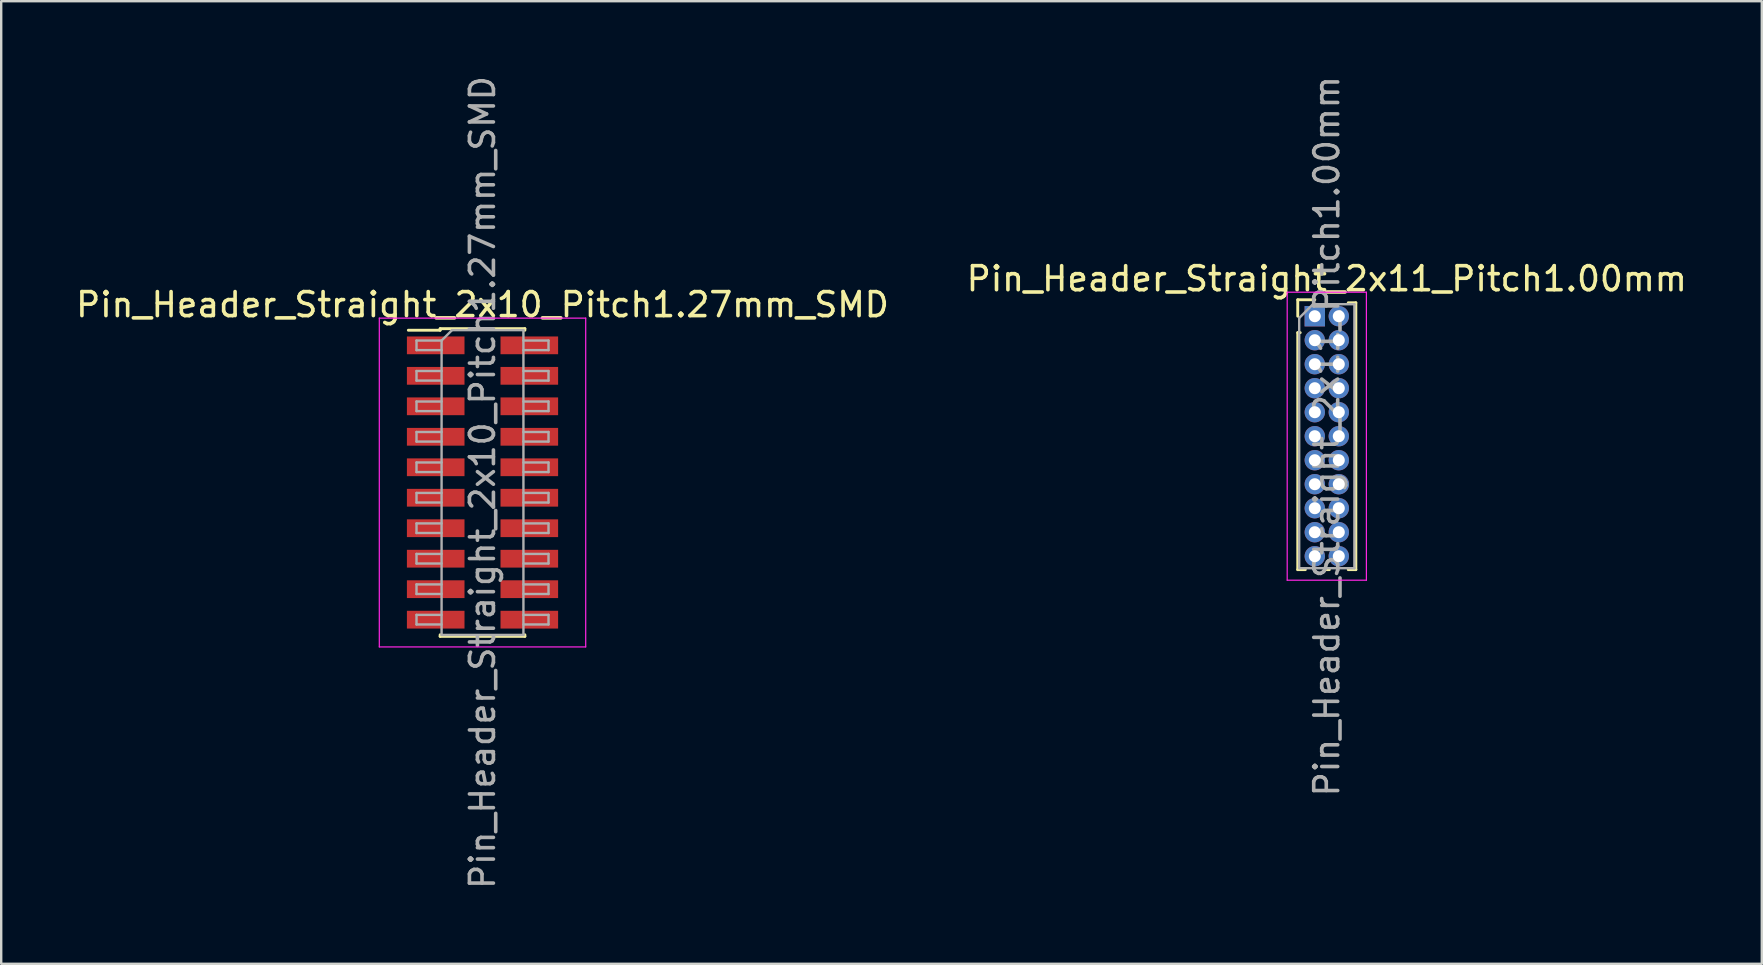
<source format=kicad_pcb>
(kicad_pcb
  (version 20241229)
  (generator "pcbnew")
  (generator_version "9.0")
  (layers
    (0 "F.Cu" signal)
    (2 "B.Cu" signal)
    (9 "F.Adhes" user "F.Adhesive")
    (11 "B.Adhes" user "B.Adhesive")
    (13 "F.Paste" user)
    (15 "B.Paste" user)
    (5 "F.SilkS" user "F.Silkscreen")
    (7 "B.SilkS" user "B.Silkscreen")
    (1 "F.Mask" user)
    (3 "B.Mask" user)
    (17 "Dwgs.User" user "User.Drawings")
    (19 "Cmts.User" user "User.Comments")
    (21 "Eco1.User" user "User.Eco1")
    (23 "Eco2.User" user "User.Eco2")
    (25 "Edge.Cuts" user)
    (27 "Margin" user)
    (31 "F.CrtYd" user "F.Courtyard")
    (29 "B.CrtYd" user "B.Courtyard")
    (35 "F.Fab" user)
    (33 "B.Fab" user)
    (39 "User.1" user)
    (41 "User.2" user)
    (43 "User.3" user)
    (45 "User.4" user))
  (footprint "Pin_Header_Straight_2x10_Pitch1.27mm_SMD"
    (layer "F.Cu")
    (at 17.054 17.054)
    (property "Reference" "Pin_Header_Straight_2x10_Pitch1.27mm_SMD" (at 0 -7.41 0) (layer "F.SilkS") (effects (font (size 1 1) (thickness 0.15))))
    (attr smd)
    (fp_line (start -3.09 -6.345) (end -1.765 -6.345) (stroke (width 0.12) (type solid)) (layer "F.SilkS"))
    (fp_line (start -1.765 -6.41) (end -1.765 -6.345) (stroke (width 0.12) (type solid)) (layer "F.SilkS"))
    (fp_line (start -1.765 -6.41) (end 1.765 -6.41) (stroke (width 0.12) (type solid)) (layer "F.SilkS"))
    (fp_line (start -1.765 6.345) (end -1.765 6.41) (stroke (width 0.12) (type solid)) (layer "F.SilkS"))
    (fp_line (start -1.765 6.41) (end 1.765 6.41) (stroke (width 0.12) (type solid)) (layer "F.SilkS"))
    (fp_line (start 1.765 -6.41) (end 1.765 -6.345) (stroke (width 0.12) (type solid)) (layer "F.SilkS"))
    (fp_line (start 1.765 6.345) (end 1.765 6.41) (stroke (width 0.12) (type solid)) (layer "F.SilkS"))
    (fp_line (start -4.3 -6.85) (end -4.3 6.85) (stroke (width 0.05) (type solid)) (layer "F.CrtYd"))
    (fp_line (start -4.3 6.85) (end 4.3 6.85) (stroke (width 0.05) (type solid)) (layer "F.CrtYd"))
    (fp_line (start 4.3 -6.85) (end -4.3 -6.85) (stroke (width 0.05) (type solid)) (layer "F.CrtYd"))
    (fp_line (start 4.3 6.85) (end 4.3 -6.85) (stroke (width 0.05) (type solid)) (layer "F.CrtYd"))
    (fp_line (start -2.75 -5.915) (end -2.75 -5.515) (stroke (width 0.1) (type solid)) (layer "F.Fab"))
    (fp_line (start -2.75 -5.515) (end -1.705 -5.515) (stroke (width 0.1) (type solid)) (layer "F.Fab"))
    (fp_line (start -2.75 -4.645) (end -2.75 -4.245) (stroke (width 0.1) (type solid)) (layer "F.Fab"))
    (fp_line (start -2.75 -4.245) (end -1.705 -4.245) (stroke (width 0.1) (type solid)) (layer "F.Fab"))
    (fp_line (start -2.75 -3.375) (end -2.75 -2.975) (stroke (width 0.1) (type solid)) (layer "F.Fab"))
    (fp_line (start -2.75 -2.975) (end -1.705 -2.975) (stroke (width 0.1) (type solid)) (layer "F.Fab"))
    (fp_line (start -2.75 -2.105) (end -2.75 -1.705) (stroke (width 0.1) (type solid)) (layer "F.Fab"))
    (fp_line (start -2.75 -1.705) (end -1.705 -1.705) (stroke (width 0.1) (type solid)) (layer "F.Fab"))
    (fp_line (start -2.75 -0.835) (end -2.75 -0.435) (stroke (width 0.1) (type solid)) (layer "F.Fab"))
    (fp_line (start -2.75 -0.435) (end -1.705 -0.435) (stroke (width 0.1) (type solid)) (layer "F.Fab"))
    (fp_line (start -2.75 0.435) (end -2.75 0.835) (stroke (width 0.1) (type solid)) (layer "F.Fab"))
    (fp_line (start -2.75 0.835) (end -1.705 0.835) (stroke (width 0.1) (type solid)) (layer "F.Fab"))
    (fp_line (start -2.75 1.705) (end -2.75 2.105) (stroke (width 0.1) (type solid)) (layer "F.Fab"))
    (fp_line (start -2.75 2.105) (end -1.705 2.105) (stroke (width 0.1) (type solid)) (layer "F.Fab"))
    (fp_line (start -2.75 2.975) (end -2.75 3.375) (stroke (width 0.1) (type solid)) (layer "F.Fab"))
    (fp_line (start -2.75 3.375) (end -1.705 3.375) (stroke (width 0.1) (type solid)) (layer "F.Fab"))
    (fp_line (start -2.75 4.245) (end -2.75 4.645) (stroke (width 0.1) (type solid)) (layer "F.Fab"))
    (fp_line (start -2.75 4.645) (end -1.705 4.645) (stroke (width 0.1) (type solid)) (layer "F.Fab"))
    (fp_line (start -2.75 5.515) (end -2.75 5.915) (stroke (width 0.1) (type solid)) (layer "F.Fab"))
    (fp_line (start -2.75 5.915) (end -1.705 5.915) (stroke (width 0.1) (type solid)) (layer "F.Fab"))
    (fp_line (start -1.705 -5.915) (end -2.75 -5.915) (stroke (width 0.1) (type solid)) (layer "F.Fab"))
    (fp_line (start -1.705 -5.915) (end -1.27 -6.35) (stroke (width 0.1) (type solid)) (layer "F.Fab"))
    (fp_line (start -1.705 -4.645) (end -2.75 -4.645) (stroke (width 0.1) (type solid)) (layer "F.Fab"))
    (fp_line (start -1.705 -3.375) (end -2.75 -3.375) (stroke (width 0.1) (type solid)) (layer "F.Fab"))
    (fp_line (start -1.705 -2.105) (end -2.75 -2.105) (stroke (width 0.1) (type solid)) (layer "F.Fab"))
    (fp_line (start -1.705 -0.835) (end -2.75 -0.835) (stroke (width 0.1) (type solid)) (layer "F.Fab"))
    (fp_line (start -1.705 0.435) (end -2.75 0.435) (stroke (width 0.1) (type solid)) (layer "F.Fab"))
    (fp_line (start -1.705 1.705) (end -2.75 1.705) (stroke (width 0.1) (type solid)) (layer "F.Fab"))
    (fp_line (start -1.705 2.975) (end -2.75 2.975) (stroke (width 0.1) (type solid)) (layer "F.Fab"))
    (fp_line (start -1.705 4.245) (end -2.75 4.245) (stroke (width 0.1) (type solid)) (layer "F.Fab"))
    (fp_line (start -1.705 5.515) (end -2.75 5.515) (stroke (width 0.1) (type solid)) (layer "F.Fab"))
    (fp_line (start -1.705 6.35) (end -1.705 -5.915) (stroke (width 0.1) (type solid)) (layer "F.Fab"))
    (fp_line (start -1.27 -6.35) (end 1.705 -6.35) (stroke (width 0.1) (type solid)) (layer "F.Fab"))
    (fp_line (start 1.705 -6.35) (end 1.705 6.35) (stroke (width 0.1) (type solid)) (layer "F.Fab"))
    (fp_line (start 1.705 -5.915) (end 2.75 -5.915) (stroke (width 0.1) (type solid)) (layer "F.Fab"))
    (fp_line (start 1.705 -4.645) (end 2.75 -4.645) (stroke (width 0.1) (type solid)) (layer "F.Fab"))
    (fp_line (start 1.705 -3.375) (end 2.75 -3.375) (stroke (width 0.1) (type solid)) (layer "F.Fab"))
    (fp_line (start 1.705 -2.105) (end 2.75 -2.105) (stroke (width 0.1) (type solid)) (layer "F.Fab"))
    (fp_line (start 1.705 -0.835) (end 2.75 -0.835) (stroke (width 0.1) (type solid)) (layer "F.Fab"))
    (fp_line (start 1.705 0.435) (end 2.75 0.435) (stroke (width 0.1) (type solid)) (layer "F.Fab"))
    (fp_line (start 1.705 1.705) (end 2.75 1.705) (stroke (width 0.1) (type solid)) (layer "F.Fab"))
    (fp_line (start 1.705 2.975) (end 2.75 2.975) (stroke (width 0.1) (type solid)) (layer "F.Fab"))
    (fp_line (start 1.705 4.245) (end 2.75 4.245) (stroke (width 0.1) (type solid)) (layer "F.Fab"))
    (fp_line (start 1.705 5.515) (end 2.75 5.515) (stroke (width 0.1) (type solid)) (layer "F.Fab"))
    (fp_line (start 1.705 6.35) (end -1.705 6.35) (stroke (width 0.1) (type solid)) (layer "F.Fab"))
    (fp_line (start 2.75 -5.915) (end 2.75 -5.515) (stroke (width 0.1) (type solid)) (layer "F.Fab"))
    (fp_line (start 2.75 -5.515) (end 1.705 -5.515) (stroke (width 0.1) (type solid)) (layer "F.Fab"))
    (fp_line (start 2.75 -4.645) (end 2.75 -4.245) (stroke (width 0.1) (type solid)) (layer "F.Fab"))
    (fp_line (start 2.75 -4.245) (end 1.705 -4.245) (stroke (width 0.1) (type solid)) (layer "F.Fab"))
    (fp_line (start 2.75 -3.375) (end 2.75 -2.975) (stroke (width 0.1) (type solid)) (layer "F.Fab"))
    (fp_line (start 2.75 -2.975) (end 1.705 -2.975) (stroke (width 0.1) (type solid)) (layer "F.Fab"))
    (fp_line (start 2.75 -2.105) (end 2.75 -1.705) (stroke (width 0.1) (type solid)) (layer "F.Fab"))
    (fp_line (start 2.75 -1.705) (end 1.705 -1.705) (stroke (width 0.1) (type solid)) (layer "F.Fab"))
    (fp_line (start 2.75 -0.835) (end 2.75 -0.435) (stroke (width 0.1) (type solid)) (layer "F.Fab"))
    (fp_line (start 2.75 -0.435) (end 1.705 -0.435) (stroke (width 0.1) (type solid)) (layer "F.Fab"))
    (fp_line (start 2.75 0.435) (end 2.75 0.835) (stroke (width 0.1) (type solid)) (layer "F.Fab"))
    (fp_line (start 2.75 0.835) (end 1.705 0.835) (stroke (width 0.1) (type solid)) (layer "F.Fab"))
    (fp_line (start 2.75 1.705) (end 2.75 2.105) (stroke (width 0.1) (type solid)) (layer "F.Fab"))
    (fp_line (start 2.75 2.105) (end 1.705 2.105) (stroke (width 0.1) (type solid)) (layer "F.Fab"))
    (fp_line (start 2.75 2.975) (end 2.75 3.375) (stroke (width 0.1) (type solid)) (layer "F.Fab"))
    (fp_line (start 2.75 3.375) (end 1.705 3.375) (stroke (width 0.1) (type solid)) (layer "F.Fab"))
    (fp_line (start 2.75 4.245) (end 2.75 4.645) (stroke (width 0.1) (type solid)) (layer "F.Fab"))
    (fp_line (start 2.75 4.645) (end 1.705 4.645) (stroke (width 0.1) (type solid)) (layer "F.Fab"))
    (fp_line (start 2.75 5.515) (end 2.75 5.915) (stroke (width 0.1) (type solid)) (layer "F.Fab"))
    (fp_line (start 2.75 5.915) (end 1.705 5.915) (stroke (width 0.1) (type solid)) (layer "F.Fab"))
    (fp_text user "${REFERENCE}" (at 0 0 90) (layer "F.Fab") (effects (font (size 1 1) (thickness 0.15))))
    (pad "1" smd rect (at -1.95 -5.715) (size 2.4 0.74) (layers "F.Cu" "F.Mask" "F.Paste"))
    (pad "2" smd rect (at 1.95 -5.715) (size 2.4 0.74) (layers "F.Cu" "F.Mask" "F.Paste"))
    (pad "3" smd rect (at -1.95 -4.445) (size 2.4 0.74) (layers "F.Cu" "F.Mask" "F.Paste"))
    (pad "4" smd rect (at 1.95 -4.445) (size 2.4 0.74) (layers "F.Cu" "F.Mask" "F.Paste"))
    (pad "5" smd rect (at -1.95 -3.175) (size 2.4 0.74) (layers "F.Cu" "F.Mask" "F.Paste"))
    (pad "6" smd rect (at 1.95 -3.175) (size 2.4 0.74) (layers "F.Cu" "F.Mask" "F.Paste"))
    (pad "7" smd rect (at -1.95 -1.905) (size 2.4 0.74) (layers "F.Cu" "F.Mask" "F.Paste"))
    (pad "8" smd rect (at 1.95 -1.905) (size 2.4 0.74) (layers "F.Cu" "F.Mask" "F.Paste"))
    (pad "9" smd rect (at -1.95 -0.635) (size 2.4 0.74) (layers "F.Cu" "F.Mask" "F.Paste"))
    (pad "10" smd rect (at 1.95 -0.635) (size 2.4 0.74) (layers "F.Cu" "F.Mask" "F.Paste"))
    (pad "11" smd rect (at -1.95 0.635) (size 2.4 0.74) (layers "F.Cu" "F.Mask" "F.Paste"))
    (pad "12" smd rect (at 1.95 0.635) (size 2.4 0.74) (layers "F.Cu" "F.Mask" "F.Paste"))
    (pad "13" smd rect (at -1.95 1.905) (size 2.4 0.74) (layers "F.Cu" "F.Mask" "F.Paste"))
    (pad "14" smd rect (at 1.95 1.905) (size 2.4 0.74) (layers "F.Cu" "F.Mask" "F.Paste"))
    (pad "15" smd rect (at -1.95 3.175) (size 2.4 0.74) (layers "F.Cu" "F.Mask" "F.Paste"))
    (pad "16" smd rect (at 1.95 3.175) (size 2.4 0.74) (layers "F.Cu" "F.Mask" "F.Paste"))
    (pad "17" smd rect (at -1.95 4.445) (size 2.4 0.74) (layers "F.Cu" "F.Mask" "F.Paste"))
    (pad "18" smd rect (at 1.95 4.445) (size 2.4 0.74) (layers "F.Cu" "F.Mask" "F.Paste"))
    (pad "19" smd rect (at -1.95 5.715) (size 2.4 0.74) (layers "F.Cu" "F.Mask" "F.Paste"))
    (pad "20" smd rect (at 1.95 5.715) (size 2.4 0.74) (layers "F.Cu" "F.Mask" "F.Paste")))
  (footprint "Pin_Header_Straight_2x11_Pitch1.00mm"
    (layer "F.Cu")
    (at 51.732 10.125)
    (property "Reference" "Pin_Header_Straight_2x11_Pitch1.00mm" (at 0.5 -1.56 0) (layer "F.SilkS") (effects (font (size 1 1) (thickness 0.15))))
    (attr through_hole)
    (fp_line (start -0.71 -0.685) (end 0 -0.685) (stroke (width 0.12) (type solid)) (layer "F.SilkS"))
    (fp_line (start -0.71 0) (end -0.71 -0.685) (stroke (width 0.12) (type solid)) (layer "F.SilkS"))
    (fp_line (start -0.71 0.685) (end -0.71 10.56) (stroke (width 0.12) (type solid)) (layer "F.SilkS"))
    (fp_line (start -0.71 0.685) (end -0.608 0.685) (stroke (width 0.12) (type solid)) (layer "F.SilkS"))
    (fp_line (start -0.71 10.56) (end -0.394 10.56) (stroke (width 0.12) (type solid)) (layer "F.SilkS"))
    (fp_line (start 0.394 10.56) (end 0.606 10.56) (stroke (width 0.12) (type solid)) (layer "F.SilkS"))
    (fp_line (start 1.394 -0.56) (end 1.71 -0.56) (stroke (width 0.12) (type solid)) (layer "F.SilkS"))
    (fp_line (start 1.394 10.56) (end 1.71 10.56) (stroke (width 0.12) (type solid)) (layer "F.SilkS"))
    (fp_line (start 1.71 -0.56) (end 1.71 10.56) (stroke (width 0.12) (type solid)) (layer "F.SilkS"))
    (fp_line (start -1.15 -1) (end -1.15 11) (stroke (width 0.05) (type solid)) (layer "F.CrtYd"))
    (fp_line (start -1.15 11) (end 2.15 11) (stroke (width 0.05) (type solid)) (layer "F.CrtYd"))
    (fp_line (start 2.15 -1) (end -1.15 -1) (stroke (width 0.05) (type solid)) (layer "F.CrtYd"))
    (fp_line (start 2.15 11) (end 2.15 -1) (stroke (width 0.05) (type solid)) (layer "F.CrtYd"))
    (fp_line (start -0.65 0.075) (end -0.075 -0.5) (stroke (width 0.1) (type solid)) (layer "F.Fab"))
    (fp_line (start -0.65 10.5) (end -0.65 0.075) (stroke (width 0.1) (type solid)) (layer "F.Fab"))
    (fp_line (start -0.075 -0.5) (end 1.65 -0.5) (stroke (width 0.1) (type solid)) (layer "F.Fab"))
    (fp_line (start 1.65 -0.5) (end 1.65 10.5) (stroke (width 0.1) (type solid)) (layer "F.Fab"))
    (fp_line (start 1.65 10.5) (end -0.65 10.5) (stroke (width 0.1) (type solid)) (layer "F.Fab"))
    (fp_text user "${REFERENCE}" (at 0.5 5 90) (layer "F.Fab") (effects (font (size 1 1) (thickness 0.15))))
    (pad "1" thru_hole rect (at 0 0) (size 0.85 0.85) (drill 0.5) (layers "*.Cu" "*.Mask"))
    (pad "2" thru_hole oval (at 1 0) (size 0.85 0.85) (drill 0.5) (layers "*.Cu" "*.Mask"))
    (pad "3" thru_hole oval (at 0 1) (size 0.85 0.85) (drill 0.5) (layers "*.Cu" "*.Mask"))
    (pad "4" thru_hole oval (at 1 1) (size 0.85 0.85) (drill 0.5) (layers "*.Cu" "*.Mask"))
    (pad "5" thru_hole oval (at 0 2) (size 0.85 0.85) (drill 0.5) (layers "*.Cu" "*.Mask"))
    (pad "6" thru_hole oval (at 1 2) (size 0.85 0.85) (drill 0.5) (layers "*.Cu" "*.Mask"))
    (pad "7" thru_hole oval (at 0 3) (size 0.85 0.85) (drill 0.5) (layers "*.Cu" "*.Mask"))
    (pad "8" thru_hole oval (at 1 3) (size 0.85 0.85) (drill 0.5) (layers "*.Cu" "*.Mask"))
    (pad "9" thru_hole oval (at 0 4) (size 0.85 0.85) (drill 0.5) (layers "*.Cu" "*.Mask"))
    (pad "10" thru_hole oval (at 1 4) (size 0.85 0.85) (drill 0.5) (layers "*.Cu" "*.Mask"))
    (pad "11" thru_hole oval (at 0 5) (size 0.85 0.85) (drill 0.5) (layers "*.Cu" "*.Mask"))
    (pad "12" thru_hole oval (at 1 5) (size 0.85 0.85) (drill 0.5) (layers "*.Cu" "*.Mask"))
    (pad "13" thru_hole oval (at 0 6) (size 0.85 0.85) (drill 0.5) (layers "*.Cu" "*.Mask"))
    (pad "14" thru_hole oval (at 1 6) (size 0.85 0.85) (drill 0.5) (layers "*.Cu" "*.Mask"))
    (pad "15" thru_hole oval (at 0 7) (size 0.85 0.85) (drill 0.5) (layers "*.Cu" "*.Mask"))
    (pad "16" thru_hole oval (at 1 7) (size 0.85 0.85) (drill 0.5) (layers "*.Cu" "*.Mask"))
    (pad "17" thru_hole oval (at 0 8) (size 0.85 0.85) (drill 0.5) (layers "*.Cu" "*.Mask"))
    (pad "18" thru_hole oval (at 1 8) (size 0.85 0.85) (drill 0.5) (layers "*.Cu" "*.Mask"))
    (pad "19" thru_hole oval (at 0 9) (size 0.85 0.85) (drill 0.5) (layers "*.Cu" "*.Mask"))
    (pad "20" thru_hole oval (at 1 9) (size 0.85 0.85) (drill 0.5) (layers "*.Cu" "*.Mask"))
    (pad "21" thru_hole oval (at 0 10) (size 0.85 0.85) (drill 0.5) (layers "*.Cu" "*.Mask"))
    (pad "22" thru_hole oval (at 1 10) (size 0.85 0.85) (drill 0.5) (layers "*.Cu" "*.Mask")))
  (gr_rect
    (start -3 -3)
    (end 70.357 37.107)
    (stroke (width 0.1) (type default))
    (fill no)
    (layer "Edge.Cuts")))
</source>
